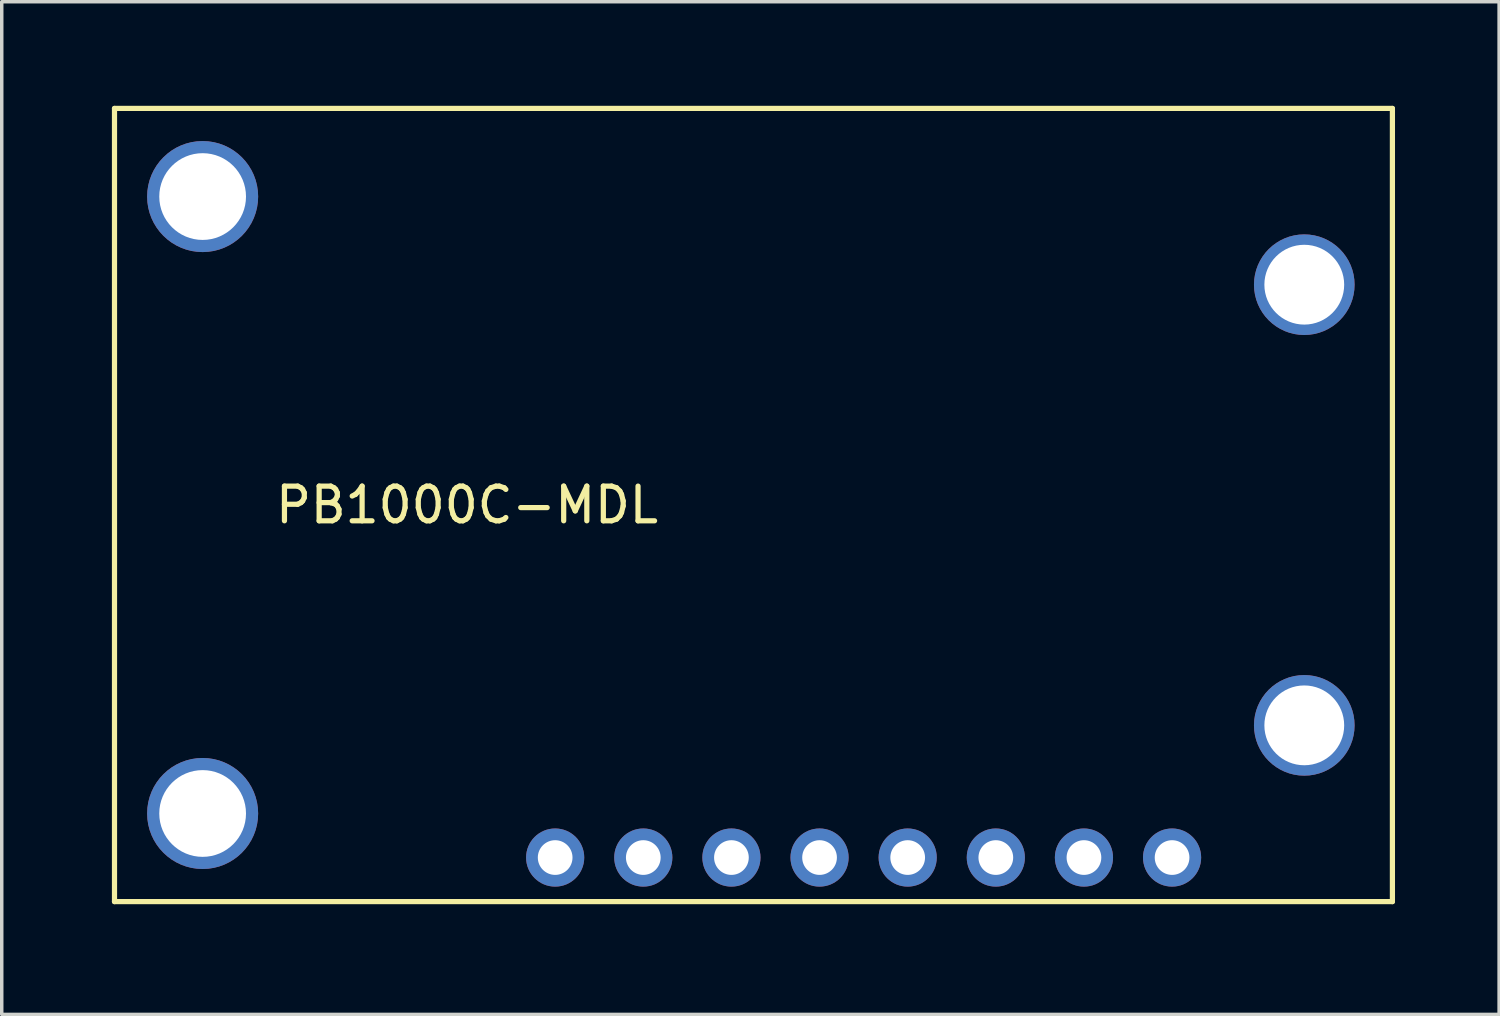
<source format=kicad_pcb>
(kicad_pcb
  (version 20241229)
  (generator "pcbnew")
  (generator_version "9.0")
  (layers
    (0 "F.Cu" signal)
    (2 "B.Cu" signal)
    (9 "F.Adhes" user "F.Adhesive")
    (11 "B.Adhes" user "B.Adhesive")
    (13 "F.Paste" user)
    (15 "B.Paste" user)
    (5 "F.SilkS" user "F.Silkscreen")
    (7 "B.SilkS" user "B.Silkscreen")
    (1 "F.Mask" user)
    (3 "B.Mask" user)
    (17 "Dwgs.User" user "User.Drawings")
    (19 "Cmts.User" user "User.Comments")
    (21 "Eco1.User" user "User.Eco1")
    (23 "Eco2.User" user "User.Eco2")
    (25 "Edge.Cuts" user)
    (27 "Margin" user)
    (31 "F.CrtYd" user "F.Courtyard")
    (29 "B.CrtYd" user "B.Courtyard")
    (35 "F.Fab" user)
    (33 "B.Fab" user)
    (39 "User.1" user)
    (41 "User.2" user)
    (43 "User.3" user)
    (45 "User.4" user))
  (footprint "PB1000C-MDL"
    (layer "F.Cu")
    (at 0.25 22.935)
    (property "Reference" "PB1000C-MDL" (at 10.16 -11.43 0) (layer "F.SilkS") (effects (font (size 1 1) (thickness 0.15))))
    (attr through_hole)
    (fp_line (start 0 -22.86) (end 36.83 -22.86) (stroke (width 0.15) (type solid)) (layer "F.SilkS"))
    (fp_line (start 0 0) (end 0 -22.86) (stroke (width 0.15) (type solid)) (layer "F.SilkS"))
    (fp_line (start 36.83 -22.86) (end 36.83 0) (stroke (width 0.15) (type solid)) (layer "F.SilkS"))
    (fp_line (start 36.83 0) (end 0 0) (stroke (width 0.15) (type solid)) (layer "F.SilkS"))
    (pad "1" thru_hole circle (at 12.7 -1.27) (size 1.676 1.676) (drill 1) (layers "*.Cu" "*.Mask"))
    (pad "2" thru_hole circle (at 15.24 -1.27) (size 1.676 1.676) (drill 1) (layers "*.Cu" "*.Mask"))
    (pad "3" thru_hole circle (at 17.78 -1.27) (size 1.676 1.676) (drill 1) (layers "*.Cu" "*.Mask"))
    (pad "4" thru_hole circle (at 20.32 -1.27) (size 1.676 1.676) (drill 1) (layers "*.Cu" "*.Mask"))
    (pad "5" thru_hole circle (at 22.86 -1.27) (size 1.676 1.676) (drill 1) (layers "*.Cu" "*.Mask"))
    (pad "6" thru_hole circle (at 25.4 -1.27) (size 1.676 1.676) (drill 1) (layers "*.Cu" "*.Mask"))
    (pad "7" thru_hole circle (at 27.94 -1.27) (size 1.676 1.676) (drill 1) (layers "*.Cu" "*.Mask"))
    (pad "8" thru_hole circle (at 30.48 -1.27) (size 1.676 1.676) (drill 1) (layers "*.Cu" "*.Mask"))
    (pad "H1" thru_hole circle (at 2.54 -2.54) (size 3.2 3.2) (drill 2.5) (layers "*.Cu" "*.Mask"))
    (pad "H2" thru_hole circle (at 2.54 -20.32) (size 3.2 3.2) (drill 2.5) (layers "*.Cu" "*.Mask"))
    (pad "H3" thru_hole circle (at 34.29 -17.78) (size 2.9 2.9) (drill 2.3) (layers "*.Cu" "*.Mask"))
    (pad "H4" thru_hole circle (at 34.29 -5.08) (size 2.9 2.9) (drill 2.3) (layers "*.Cu" "*.Mask")))
  (gr_rect
    (start -3 -3)
    (end 40.155 26.185)
    (stroke (width 0.1) (type default))
    (fill no)
    (layer "Edge.Cuts")))
</source>
